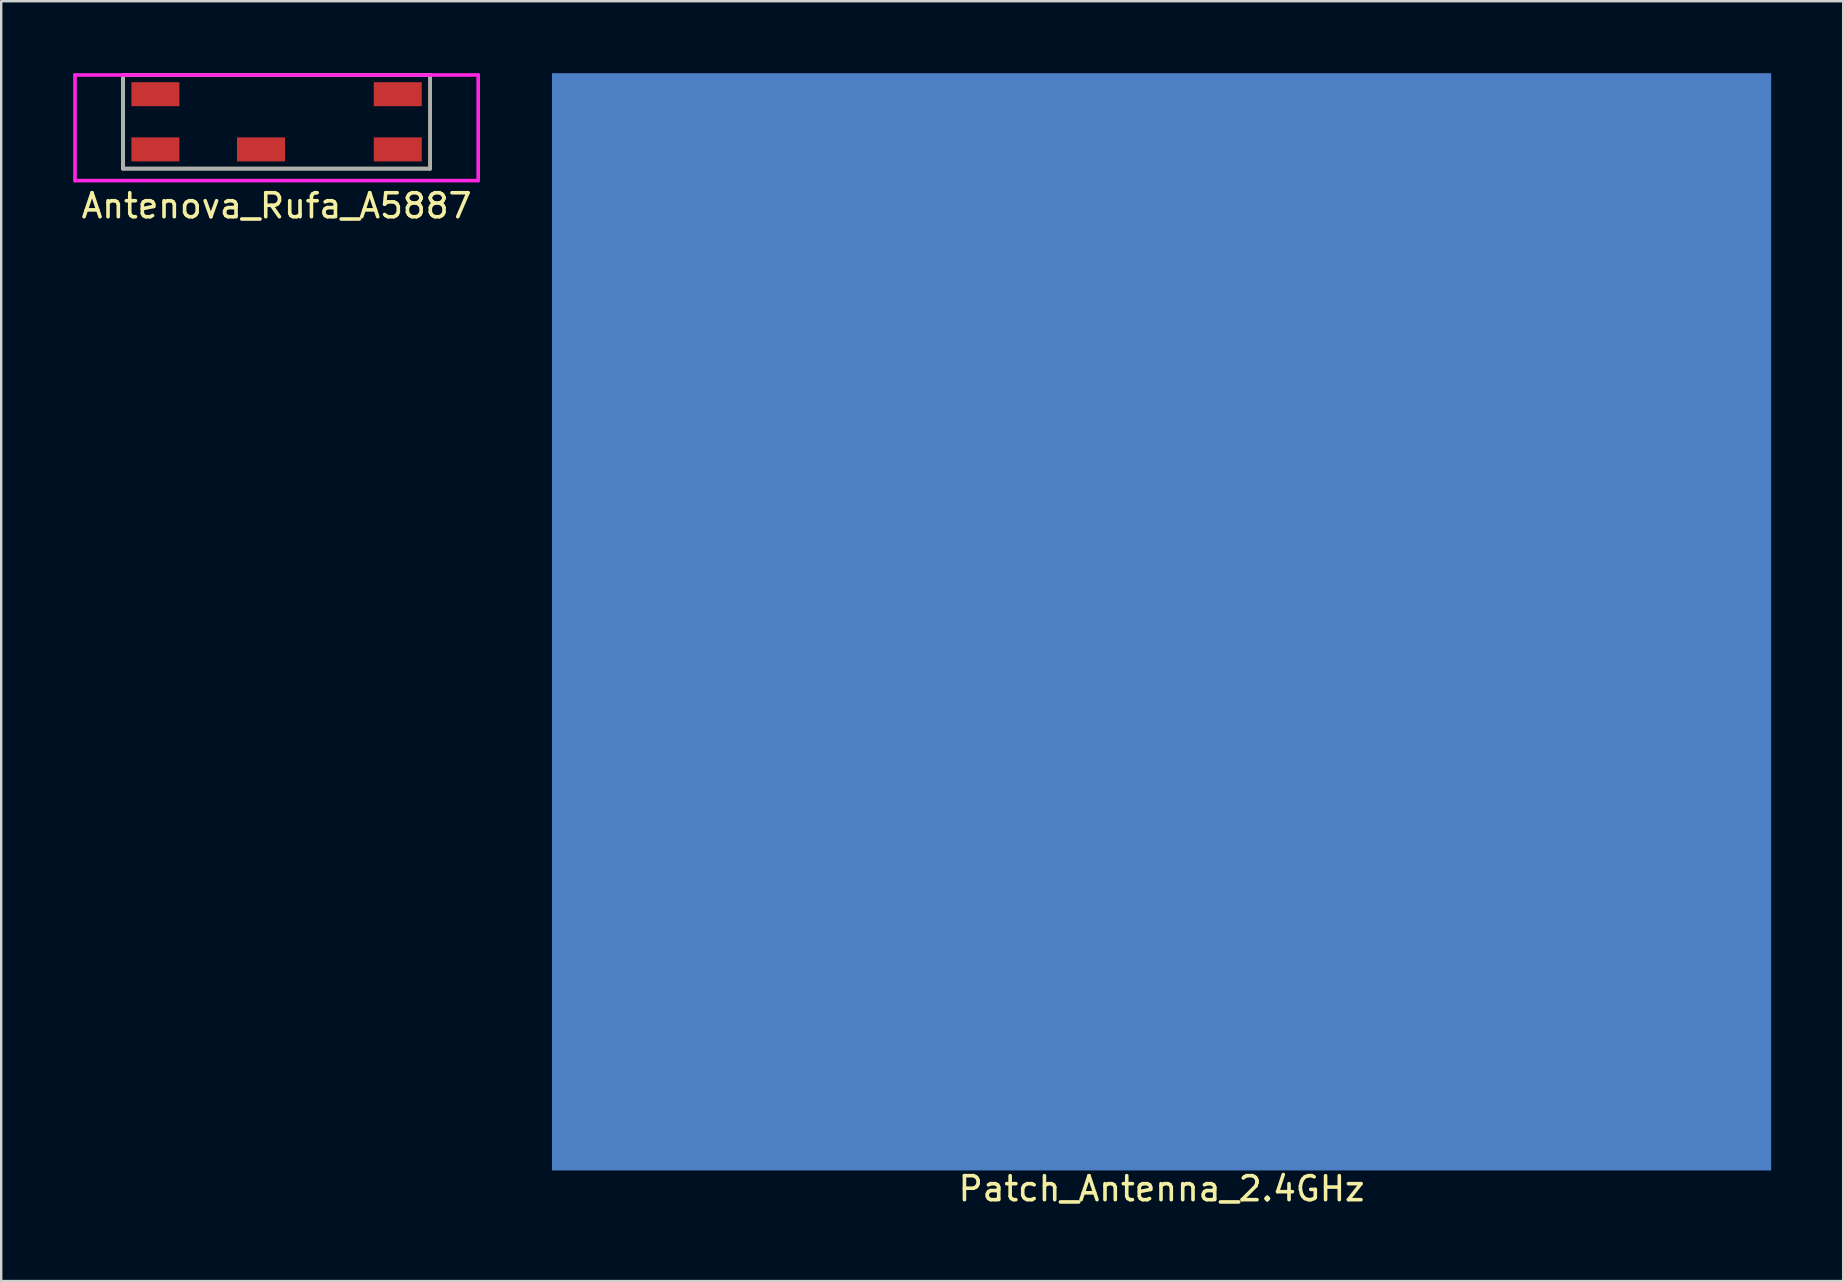
<source format=kicad_pcb>
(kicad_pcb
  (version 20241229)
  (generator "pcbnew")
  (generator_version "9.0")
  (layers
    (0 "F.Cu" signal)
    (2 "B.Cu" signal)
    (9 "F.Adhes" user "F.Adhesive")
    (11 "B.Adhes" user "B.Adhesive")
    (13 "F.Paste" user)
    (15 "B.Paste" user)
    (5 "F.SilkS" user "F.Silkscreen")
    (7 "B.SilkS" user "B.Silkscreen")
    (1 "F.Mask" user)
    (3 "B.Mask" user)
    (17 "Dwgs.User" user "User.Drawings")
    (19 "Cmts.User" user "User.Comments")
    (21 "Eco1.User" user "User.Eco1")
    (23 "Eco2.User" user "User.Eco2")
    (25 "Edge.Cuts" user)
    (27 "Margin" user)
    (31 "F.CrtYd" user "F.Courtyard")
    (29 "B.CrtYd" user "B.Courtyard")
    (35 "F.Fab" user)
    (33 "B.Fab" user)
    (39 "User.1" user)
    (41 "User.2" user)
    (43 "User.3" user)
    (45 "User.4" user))
  (footprint "Antenova_Rufa_A5887"
    (layer "F.Cu")
    (at 8.475 2.025)
    (property "Reference" "Antenova_Rufa_A5887" (at 0 3.5 0) (layer "F.SilkS") (effects (font (size 1 1) (thickness 0.15))))
    (attr through_hole)
    (fp_line (start -6.4 -1.95) (end -6.4 1.95) (stroke (width 0.15) (type solid)) (layer "F.SilkS"))
    (fp_line (start -6.4 1.95) (end 6.4 1.95) (stroke (width 0.15) (type solid)) (layer "F.SilkS"))
    (fp_line (start 6.4 -1.95) (end -6.4 -1.95) (stroke (width 0.15) (type solid)) (layer "F.SilkS"))
    (fp_line (start 6.4 1.95) (end 6.4 -1.95) (stroke (width 0.15) (type solid)) (layer "F.SilkS"))
    (fp_line (start -8.4 -1.95) (end 8.4 -1.95) (stroke (width 0.15) (type solid)) (layer "F.CrtYd"))
    (fp_line (start -8.4 2.45) (end -8.4 -1.95) (stroke (width 0.15) (type solid)) (layer "F.CrtYd"))
    (fp_line (start 8.4 -1.95) (end 8.4 2.45) (stroke (width 0.15) (type solid)) (layer "F.CrtYd"))
    (fp_line (start 8.4 2.45) (end -8.4 2.45) (stroke (width 0.15) (type solid)) (layer "F.CrtYd"))
    (fp_line (start -6.4 -1.95) (end 6.4 -1.95) (stroke (width 0.15) (type solid)) (layer "F.Fab"))
    (fp_line (start -6.4 1.95) (end -6.4 -1.95) (stroke (width 0.15) (type solid)) (layer "F.Fab"))
    (fp_line (start 6.4 -1.95) (end 6.4 1.95) (stroke (width 0.15) (type solid)) (layer "F.Fab"))
    (fp_line (start 6.4 1.95) (end -6.4 1.95) (stroke (width 0.15) (type solid)) (layer "F.Fab"))
    (pad "1" smd rect (at 5.05 1.15) (size 2 1) (layers "F.Cu" "F.Mask" "F.Paste"))
    (pad "2" smd rect (at -0.65 1.15) (size 2 1) (layers "F.Cu" "F.Mask" "F.Paste"))
    (pad "3" smd rect (at -5.05 -1.15) (size 2 1) (layers "F.Cu" "F.Mask" "F.Paste"))
    (pad "3" smd rect (at -5.05 1.15) (size 2 1) (layers "F.Cu" "F.Mask" "F.Paste"))
    (pad "3" smd rect (at 5.05 -1.15) (size 2 1) (layers "F.Cu" "F.Mask" "F.Paste")))
  (footprint "Patch_Antenna_2.4GHz"
    (layer "F.Cu")
    (at 45.35 22.86)
    (property "Reference" "Patch_Antenna_2.4GHz" (at 0 23.622 0) (layer "F.SilkS") (effects (font (size 1 1) (thickness 0.15))))
    (attr through_hole)
    (pad "1" smd rect (at 0 0) (size 34.925 30.48) (layers "F.Cu"))
    (pad "2" smd rect (at 0 0) (size 50.8 45.72) (layers "B.Cu")))
  (gr_rect
    (start -3 -3)
    (end 73.75 50.33)
    (stroke (width 0.1) (type default))
    (fill no)
    (layer "Edge.Cuts")))
</source>
